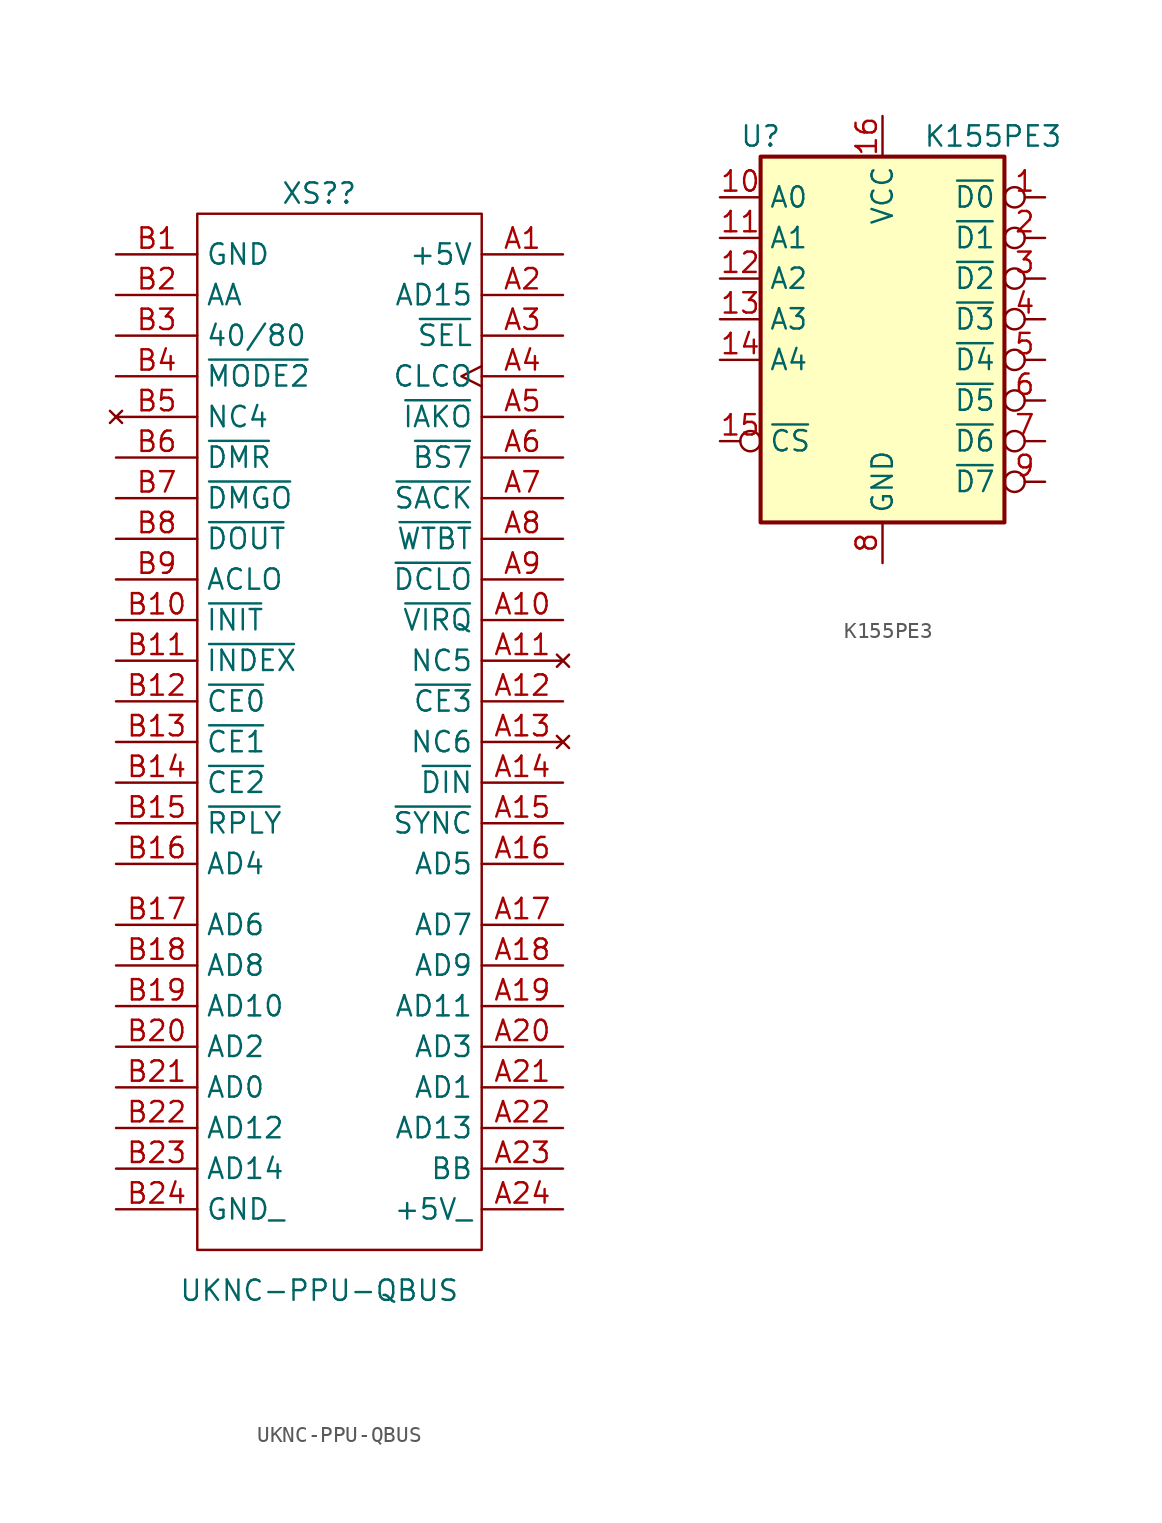
<source format=kicad_sym>
(kicad_symbol_lib
  (version 20220914)
  (generator kicad_symbol_editor)
  (symbol "UKNC-PPU-QBUS"
    (property "Reference" "XS?"
      (at 0 43.18 0)
      (effects (font (size 1.27 1.27))))
    (property "Value" "UKNC-PPU-QBUS"
      (at 0 -25.4 0)
      (effects (font (size 1.27 1.27))))
    (symbol "UKNC-PPU-QBUS_0_1"
      (rectangle (start -7.62 41.91) (end 10.16 -22.86) (stroke (width 0) (type default)) (fill (type none))))
    (symbol "UKNC-PPU-QBUS_1_1"
      (pin power_in line (at 15.24 39.37 180) (length 5.08) (name "+5V" (effects (font (size 1.27 1.27)))) (number "A1" (effects (font (size 1.27 1.27)))))
      (pin input line (at 15.24 16.51 180) (length 5.08) (name "~{VIRQ}" (effects (font (size 1.27 1.27)))) (number "A10" (effects (font (size 1.27 1.27)))))
      (pin no_connect line (at 15.24 13.97 180) (length 5.08) (name "NC5" (effects (font (size 1.27 1.27)))) (number "A11" (effects (font (size 1.27 1.27)))))
      (pin output line (at 15.24 11.43 180) (length 5.08) (name "~{CE3}" (effects (font (size 1.27 1.27)))) (number "A12" (effects (font (size 1.27 1.27)))))
      (pin no_connect line (at 15.24 8.89 180) (length 5.08) (name "NC6" (effects (font (size 1.27 1.27)))) (number "A13" (effects (font (size 1.27 1.27)))))
      (pin output line (at 15.24 6.35 180) (length 5.08) (name "~{DIN}" (effects (font (size 1.27 1.27)))) (number "A14" (effects (font (size 1.27 1.27)))))
      (pin output line (at 15.24 3.81 180) (length 5.08) (name "~{SYNC}" (effects (font (size 1.27 1.27)))) (number "A15" (effects (font (size 1.27 1.27)))))
      (pin bidirectional line (at 15.24 1.27 180) (length 5.08) (name "AD5" (effects (font (size 1.27 1.27)))) (number "A16" (effects (font (size 1.27 1.27)))))
      (pin bidirectional line (at 15.24 -2.54 180) (length 5.08) (name "AD7" (effects (font (size 1.27 1.27)))) (number "A17" (effects (font (size 1.27 1.27)))))
      (pin bidirectional line (at 15.24 -5.08 180) (length 5.08) (name "AD9" (effects (font (size 1.27 1.27)))) (number "A18" (effects (font (size 1.27 1.27)))))
      (pin bidirectional line (at 15.24 -7.62 180) (length 5.08) (name "AD11" (effects (font (size 1.27 1.27)))) (number "A19" (effects (font (size 1.27 1.27)))))
      (pin bidirectional line (at 15.24 36.83 180) (length 5.08) (name "AD15" (effects (font (size 1.27 1.27)))) (number "A2" (effects (font (size 1.27 1.27)))))
      (pin bidirectional line (at 15.24 -10.16 180) (length 5.08) (name "AD3" (effects (font (size 1.27 1.27)))) (number "A20" (effects (font (size 1.27 1.27)))))
      (pin bidirectional line (at 15.24 -12.7 180) (length 5.08) (name "AD1" (effects (font (size 1.27 1.27)))) (number "A21" (effects (font (size 1.27 1.27)))))
      (pin bidirectional line (at 15.24 -15.24 180) (length 5.08) (name "AD13" (effects (font (size 1.27 1.27)))) (number "A22" (effects (font (size 1.27 1.27)))))
      (pin output line (at 15.24 -17.78 180) (length 5.08) (name "BB" (effects (font (size 1.27 1.27)))) (number "A23" (effects (font (size 1.27 1.27)))))
      (pin power_in line (at 15.24 -20.32 180) (length 5.08) (name "+5V_" (effects (font (size 1.27 1.27)))) (number "A24" (effects (font (size 1.27 1.27)))))
      (pin output line (at 15.24 34.29 180) (length 5.08) (name "~{SEL}" (effects (font (size 1.27 1.27)))) (number "A3" (effects (font (size 1.27 1.27)))))
      (pin output clock (at 15.24 31.75 180) (length 5.08) (name "CLCO" (effects (font (size 1.27 1.27)))) (number "A4" (effects (font (size 1.27 1.27)))))
      (pin input line (at 15.24 29.21 180) (length 5.08) (name "~{IAKO}" (effects (font (size 1.27 1.27)))) (number "A5" (effects (font (size 1.27 1.27)))))
      (pin output line (at 15.24 26.67 180) (length 5.08) (name "~{BS7}" (effects (font (size 1.27 1.27)))) (number "A6" (effects (font (size 1.27 1.27)))))
      (pin bidirectional line (at 15.24 24.13 180) (length 5.08) (name "~{SACK}" (effects (font (size 1.27 1.27)))) (number "A7" (effects (font (size 1.27 1.27)))))
      (pin output line (at 15.24 21.59 180) (length 5.08) (name "~{WTBT}" (effects (font (size 1.27 1.27)))) (number "A8" (effects (font (size 1.27 1.27)))))
      (pin output line (at 15.24 19.05 180) (length 5.08) (name "~{DCLO}" (effects (font (size 1.27 1.27)))) (number "A9" (effects (font (size 1.27 1.27)))))
      (pin power_in line (at -12.7 39.37 0) (length 5.08) (name "GND" (effects (font (size 1.27 1.27)))) (number "B1" (effects (font (size 1.27 1.27)))))
      (pin output line (at -12.7 16.51 0) (length 5.08) (name "~{INIT}" (effects (font (size 1.27 1.27)))) (number "B10" (effects (font (size 1.27 1.27)))))
      (pin output line (at -12.7 13.97 0) (length 5.08) (name "~{INDEX}" (effects (font (size 1.27 1.27)))) (number "B11" (effects (font (size 1.27 1.27)))))
      (pin output line (at -12.7 11.43 0) (length 5.08) (name "~{CE0}" (effects (font (size 1.27 1.27)))) (number "B12" (effects (font (size 1.27 1.27)))))
      (pin output line (at -12.7 8.89 0) (length 5.08) (name "~{CE1}" (effects (font (size 1.27 1.27)))) (number "B13" (effects (font (size 1.27 1.27)))))
      (pin output line (at -12.7 6.35 0) (length 5.08) (name "~{CE2}" (effects (font (size 1.27 1.27)))) (number "B14" (effects (font (size 1.27 1.27)))))
      (pin open_collector line (at -12.7 3.81 0) (length 5.08) (name "~{RPLY}" (effects (font (size 1.27 1.27)))) (number "B15" (effects (font (size 1.27 1.27)))))
      (pin bidirectional line (at -12.7 1.27 0) (length 5.08) (name "AD4" (effects (font (size 1.27 1.27)))) (number "B16" (effects (font (size 1.27 1.27)))))
      (pin bidirectional line (at -12.7 -2.54 0) (length 5.08) (name "AD6" (effects (font (size 1.27 1.27)))) (number "B17" (effects (font (size 1.27 1.27)))))
      (pin bidirectional line (at -12.7 -5.08 0) (length 5.08) (name "AD8" (effects (font (size 1.27 1.27)))) (number "B18" (effects (font (size 1.27 1.27)))))
      (pin bidirectional line (at -12.7 -7.62 0) (length 5.08) (name "AD10" (effects (font (size 1.27 1.27)))) (number "B19" (effects (font (size 1.27 1.27)))))
      (pin output line (at -12.7 36.83 0) (length 5.08) (name "AA" (effects (font (size 1.27 1.27)))) (number "B2" (effects (font (size 1.27 1.27)))))
      (pin bidirectional line (at -12.7 -10.16 0) (length 5.08) (name "AD2" (effects (font (size 1.27 1.27)))) (number "B20" (effects (font (size 1.27 1.27)))))
      (pin bidirectional line (at -12.7 -12.7 0) (length 5.08) (name "AD0" (effects (font (size 1.27 1.27)))) (number "B21" (effects (font (size 1.27 1.27)))))
      (pin bidirectional line (at -12.7 -15.24 0) (length 5.08) (name "AD12" (effects (font (size 1.27 1.27)))) (number "B22" (effects (font (size 1.27 1.27)))))
      (pin bidirectional line (at -12.7 -17.78 0) (length 5.08) (name "AD14" (effects (font (size 1.27 1.27)))) (number "B23" (effects (font (size 1.27 1.27)))))
      (pin power_in line (at -12.7 -20.32 0) (length 5.08) (name "GND_" (effects (font (size 1.27 1.27)))) (number "B24" (effects (font (size 1.27 1.27)))))
      (pin input line (at -12.7 34.29 0) (length 5.08) (name "40/80" (effects (font (size 1.27 1.27)))) (number "B3" (effects (font (size 1.27 1.27)))))
      (pin input line (at -12.7 31.75 0) (length 5.08) (name "~{MODE2}" (effects (font (size 1.27 1.27)))) (number "B4" (effects (font (size 1.27 1.27)))))
      (pin no_connect line (at -12.7 29.21 0) (length 5.08) (name "NC4" (effects (font (size 1.27 1.27)))) (number "B5" (effects (font (size 1.27 1.27)))))
      (pin bidirectional line (at -12.7 26.67 0) (length 5.08) (name "~{DMR}" (effects (font (size 1.27 1.27)))) (number "B6" (effects (font (size 1.27 1.27)))))
      (pin input line (at -12.7 24.13 0) (length 5.08) (name "~{DMGO}" (effects (font (size 1.27 1.27)))) (number "B7" (effects (font (size 1.27 1.27)))))
      (pin output line (at -12.7 21.59 0) (length 5.08) (name "~{DOUT}" (effects (font (size 1.27 1.27)))) (number "B8" (effects (font (size 1.27 1.27)))))
      (pin input line (at -12.7 19.05 0) (length 5.08) (name "ACLO" (effects (font (size 1.27 1.27)))) (number "B9" (effects (font (size 1.27 1.27)))))))
  (symbol "К155РЕ3"
    (property "Reference" "U"
      (at -7.62 24.13 0)
      (effects (font (size 1.27 1.27))))
    (property "Value" "К155РЕ3"
      (at 2.54 24.13 0)
      (effects (font (size 1.27 1.27)) (justify left)))
    (symbol "К155РЕ3_1_1"
      (rectangle (start -7.62 22.86) (end 7.62 0) (stroke (width 0.254) (type default)) (fill (type background)))
      (pin output inverted (at 10.16 20.32 180) (length 2.54) (name "~{D0}" (effects (font (size 1.27 1.27)))) (number "1" (effects (font (size 1.27 1.27)))))
      (pin input line (at -10.16 20.32 0) (length 2.54) (name "A0" (effects (font (size 1.27 1.27)))) (number "10" (effects (font (size 1.27 1.27)))))
      (pin input line (at -10.16 17.78 0) (length 2.54) (name "A1" (effects (font (size 1.27 1.27)))) (number "11" (effects (font (size 1.27 1.27)))))
      (pin input line (at -10.16 15.24 0) (length 2.54) (name "A2" (effects (font (size 1.27 1.27)))) (number "12" (effects (font (size 1.27 1.27)))))
      (pin input line (at -10.16 12.7 0) (length 2.54) (name "A3" (effects (font (size 1.27 1.27)))) (number "13" (effects (font (size 1.27 1.27)))))
      (pin input line (at -10.16 10.16 0) (length 2.54) (name "A4" (effects (font (size 1.27 1.27)))) (number "14" (effects (font (size 1.27 1.27)))))
      (pin input inverted (at -10.16 5.08 0) (length 2.54) (name "~{CS}" (effects (font (size 1.27 1.27)))) (number "15" (effects (font (size 1.27 1.27)))))
      (pin power_in line (at 0 25.4 270) (length 2.54) (name "VCC" (effects (font (size 1.27 1.27)))) (number "16" (effects (font (size 1.27 1.27)))))
      (pin output inverted (at 10.16 17.78 180) (length 2.54) (name "~{D1}" (effects (font (size 1.27 1.27)))) (number "2" (effects (font (size 1.27 1.27)))))
      (pin output inverted (at 10.16 15.24 180) (length 2.54) (name "~{D2}" (effects (font (size 1.27 1.27)))) (number "3" (effects (font (size 1.27 1.27)))))
      (pin output inverted (at 10.16 12.7 180) (length 2.54) (name "~{D3}" (effects (font (size 1.27 1.27)))) (number "4" (effects (font (size 1.27 1.27)))))
      (pin output inverted (at 10.16 10.16 180) (length 2.54) (name "~{D4}" (effects (font (size 1.27 1.27)))) (number "5" (effects (font (size 1.27 1.27)))))
      (pin output inverted (at 10.16 7.62 180) (length 2.54) (name "~{D5}" (effects (font (size 1.27 1.27)))) (number "6" (effects (font (size 1.27 1.27)))))
      (pin output inverted (at 10.16 5.08 180) (length 2.54) (name "~{D6}" (effects (font (size 1.27 1.27)))) (number "7" (effects (font (size 1.27 1.27)))))
      (pin power_in line (at 0 -2.54 90) (length 2.54) (name "GND" (effects (font (size 1.27 1.27)))) (number "8" (effects (font (size 1.27 1.27)))))
      (pin output inverted (at 10.16 2.54 180) (length 2.54) (name "~{D7}" (effects (font (size 1.27 1.27)))) (number "9" (effects (font (size 1.27 1.27))))))))
</source>
